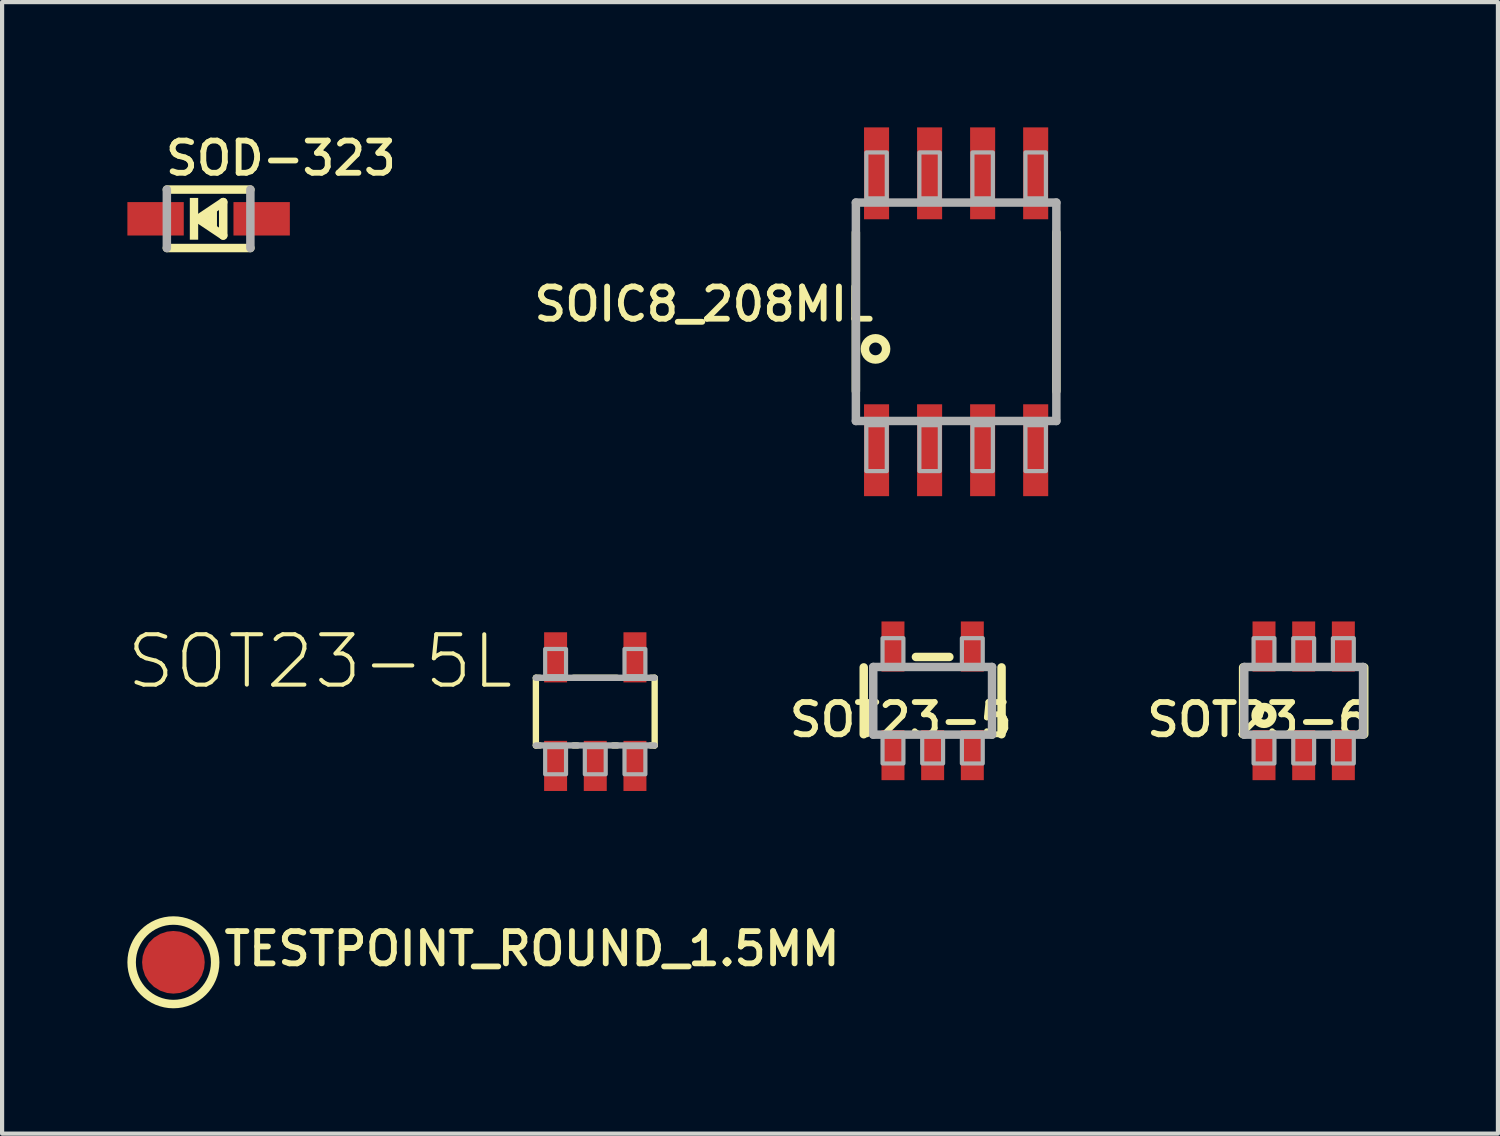
<source format=kicad_pcb>
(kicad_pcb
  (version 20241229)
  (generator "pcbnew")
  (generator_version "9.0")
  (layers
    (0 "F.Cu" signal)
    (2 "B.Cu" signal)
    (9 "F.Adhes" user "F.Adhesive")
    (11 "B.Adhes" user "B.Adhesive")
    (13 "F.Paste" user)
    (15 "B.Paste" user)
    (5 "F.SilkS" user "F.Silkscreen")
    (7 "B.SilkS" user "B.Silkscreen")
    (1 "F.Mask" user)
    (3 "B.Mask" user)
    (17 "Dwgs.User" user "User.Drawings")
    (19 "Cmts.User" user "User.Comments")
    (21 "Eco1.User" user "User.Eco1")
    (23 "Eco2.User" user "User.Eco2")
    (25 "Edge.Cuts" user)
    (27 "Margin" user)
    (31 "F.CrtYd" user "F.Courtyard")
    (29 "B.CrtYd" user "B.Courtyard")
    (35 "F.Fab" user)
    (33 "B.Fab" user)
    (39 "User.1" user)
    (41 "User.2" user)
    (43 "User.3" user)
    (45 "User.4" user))
  (footprint "SOD-323"
    (layer "F.Cu")
    (at 1.945 2.189)
    (property "Reference" "SOD-323" (at -1.1 -1 0) (layer "F.SilkS") (effects (font (size 0.772 0.772) (thickness 0.139)) (justify left bottom)))
    (attr through_hole)
    (fp_line (start -1 -0.7) (end 1 -0.7) (stroke (width 0.203) (type solid)) (layer "F.SilkS"))
    (fp_line (start -0.25 0) (end 0.35 -0.4) (stroke (width 0.203) (type solid)) (layer "F.SilkS"))
    (fp_line (start 0.35 -0.4) (end 0.35 0.4) (stroke (width 0.203) (type solid)) (layer "F.SilkS"))
    (fp_line (start 0.35 0.4) (end -0.25 0) (stroke (width 0.203) (type solid)) (layer "F.SilkS"))
    (fp_line (start 1 0.7) (end -1 0.7) (stroke (width 0.203) (type solid)) (layer "F.SilkS"))
    (fp_poly (pts (xy -0.1 0) (xy 0.2 -0.2) (xy 0.2 0.2)) (stroke (width 0) (type solid)) (fill yes) (layer "F.SilkS"))
    (fp_poly (pts (xy -0.45 0.5) (xy -0.25 0.5) (xy -0.25 -0.5) (xy -0.45 -0.5)) (stroke (width 0) (type solid)) (fill yes) (layer "F.SilkS"))
    (fp_line (start -1 0.7) (end -1 -0.7) (stroke (width 0.203) (type solid)) (layer "F.Fab"))
    (fp_line (start 1 -0.7) (end 1 0.7) (stroke (width 0.203) (type solid)) (layer "F.Fab"))
    (pad "A" smd rect (at 1.27 0) (size 1.35 0.8) (layers "F.Cu" "F.Mask" "F.Paste"))
    (pad "C" smd rect (at -1.27 0) (size 1.35 0.8) (layers "F.Cu" "F.Mask" "F.Paste")))
  (footprint "SOT23-5"
    (layer "F.Cu")
    (at 19.281 13.73)
    (property "Reference" "SOT23-5" (at 1.978 0 180) (layer "F.SilkS") (effects (font (size 0.772 0.772) (thickness 0.139)) (justify right top)))
    (attr through_hole)
    (fp_line (start -1.65 -0.8) (end -1.65 0.8) (stroke (width 0.203) (type solid)) (layer "F.SilkS"))
    (fp_line (start -0.4 -1.05) (end 0.4 -1.05) (stroke (width 0.203) (type solid)) (layer "F.SilkS"))
    (fp_line (start 1.65 -0.8) (end 1.65 0.8) (stroke (width 0.203) (type solid)) (layer "F.SilkS"))
    (fp_line (start -1.422 -0.81) (end 1.422 -0.81) (stroke (width 0.203) (type solid)) (layer "F.Fab"))
    (fp_line (start -1.422 0.81) (end -1.422 -0.81) (stroke (width 0.203) (type solid)) (layer "F.Fab"))
    (fp_line (start 1.422 -0.81) (end 1.422 0.81) (stroke (width 0.203) (type solid)) (layer "F.Fab"))
    (fp_line (start 1.422 0.81) (end -1.422 0.81) (stroke (width 0.203) (type solid)) (layer "F.Fab"))
    (fp_poly (pts (xy -1.2 -0.85) (xy -0.7 -0.85) (xy -0.7 -1.5) (xy -1.2 -1.5)) (stroke (width 0.1) (type solid)) (fill no) (layer "F.Fab"))
    (fp_poly (pts (xy -1.2 1.5) (xy -0.7 1.5) (xy -0.7 0.85) (xy -1.2 0.85)) (stroke (width 0.1) (type solid)) (fill no) (layer "F.Fab"))
    (fp_poly (pts (xy -0.25 1.5) (xy 0.25 1.5) (xy 0.25 0.85) (xy -0.25 0.85)) (stroke (width 0.1) (type solid)) (fill no) (layer "F.Fab"))
    (fp_poly (pts (xy 0.7 -0.85) (xy 1.2 -0.85) (xy 1.2 -1.5) (xy 0.7 -1.5)) (stroke (width 0.1) (type solid)) (fill no) (layer "F.Fab"))
    (fp_poly (pts (xy 0.7 1.5) (xy 1.2 1.5) (xy 1.2 0.85) (xy 0.7 0.85)) (stroke (width 0.1) (type solid)) (fill no) (layer "F.Fab"))
    (pad "1" smd rect (at -0.95 1.3) (size 0.55 1.2) (layers "F.Cu" "F.Mask" "F.Paste"))
    (pad "2" smd rect (at 0 1.3) (size 0.55 1.2) (layers "F.Cu" "F.Mask" "F.Paste"))
    (pad "3" smd rect (at 0.95 1.3) (size 0.55 1.2) (layers "F.Cu" "F.Mask" "F.Paste"))
    (pad "4" smd rect (at 0.95 -1.3) (size 0.55 1.2) (layers "F.Cu" "F.Mask" "F.Paste"))
    (pad "5" smd rect (at -0.95 -1.3) (size 0.55 1.2) (layers "F.Cu" "F.Mask" "F.Paste")))
  (footprint "SOT23-5L"
    (layer "F.Cu")
    (at 11.203 13.989)
    (property "Reference" "SOT23-5L" (at -1.905 -1.905 180) (layer "F.SilkS") (effects (font (size 1.206 1.206) (thickness 0.097)) (justify right top)))
    (attr through_hole)
    (fp_line (start -1.422 -0.81) (end -1.328 -0.81) (stroke (width 0.152) (type solid)) (layer "F.SilkS"))
    (fp_line (start -1.422 0.81) (end -1.422 -0.81) (stroke (width 0.152) (type solid)) (layer "F.SilkS"))
    (fp_line (start -1.328 0.81) (end -1.422 0.81) (stroke (width 0.152) (type solid)) (layer "F.SilkS"))
    (fp_line (start -0.522 -0.81) (end 0.522 -0.81) (stroke (width 0.152) (type solid)) (layer "F.SilkS"))
    (fp_line (start -0.428 0.81) (end -0.522 0.81) (stroke (width 0.152) (type solid)) (layer "F.SilkS"))
    (fp_line (start 0.522 0.81) (end 0.428 0.81) (stroke (width 0.152) (type solid)) (layer "F.SilkS"))
    (fp_line (start 1.328 -0.81) (end 1.422 -0.81) (stroke (width 0.152) (type solid)) (layer "F.SilkS"))
    (fp_line (start 1.422 -0.81) (end 1.422 0.81) (stroke (width 0.152) (type solid)) (layer "F.SilkS"))
    (fp_line (start 1.422 0.81) (end 1.328 0.81) (stroke (width 0.152) (type solid)) (layer "F.SilkS"))
    (fp_line (start -1.422 -0.81) (end 1.422 -0.81) (stroke (width 0.152) (type solid)) (layer "F.Fab"))
    (fp_line (start 1.422 0.81) (end -1.422 0.81) (stroke (width 0.152) (type solid)) (layer "F.Fab"))
    (fp_poly (pts (xy -1.2 -0.85) (xy -0.7 -0.85) (xy -0.7 -1.5) (xy -1.2 -1.5)) (stroke (width 0.1) (type solid)) (fill no) (layer "F.Fab"))
    (fp_poly (pts (xy -1.2 1.5) (xy -0.7 1.5) (xy -0.7 0.85) (xy -1.2 0.85)) (stroke (width 0.1) (type solid)) (fill no) (layer "F.Fab"))
    (fp_poly (pts (xy -0.25 1.5) (xy 0.25 1.5) (xy 0.25 0.85) (xy -0.25 0.85)) (stroke (width 0.1) (type solid)) (fill no) (layer "F.Fab"))
    (fp_poly (pts (xy 0.7 -0.85) (xy 1.2 -0.85) (xy 1.2 -1.5) (xy 0.7 -1.5)) (stroke (width 0.1) (type solid)) (fill no) (layer "F.Fab"))
    (fp_poly (pts (xy 0.7 1.5) (xy 1.2 1.5) (xy 1.2 0.85) (xy 0.7 0.85)) (stroke (width 0.1) (type solid)) (fill no) (layer "F.Fab"))
    (pad "1" smd rect (at -0.95 1.3) (size 0.55 1.2) (layers "F.Cu" "F.Mask" "F.Paste"))
    (pad "2" smd rect (at 0 1.3) (size 0.55 1.2) (layers "F.Cu" "F.Mask" "F.Paste"))
    (pad "3" smd rect (at 0.95 1.3) (size 0.55 1.2) (layers "F.Cu" "F.Mask" "F.Paste"))
    (pad "4" smd rect (at 0.95 -1.3) (size 0.55 1.2) (layers "F.Cu" "F.Mask" "F.Paste"))
    (pad "5" smd rect (at -0.95 -1.3) (size 0.55 1.2) (layers "F.Cu" "F.Mask" "F.Paste")))
  (footprint "TESTPOINT_ROUND_1.5MM"
    (layer "F.Cu")
    (at 1.102 19.991)
    (property "Reference" "TESTPOINT_ROUND_1.5MM" (at 1.143 0.127 0) (layer "F.SilkS") (effects (font (size 0.772 0.772) (thickness 0.139)) (justify left bottom)))
    (attr through_hole)
    (fp_circle (center 0 0) (end 1 0) (stroke (width 0.203) (type solid)) (fill no) (layer "F.SilkS"))
    (pad "P$1" smd roundrect (at 0 0) (size 1.5 1.5) (layers "F.Cu" "F.Mask") (roundrect_rratio 0.5)))
  (footprint "SOIC8_208MIL"
    (layer "F.Cu")
    (at 19.843 4.415)
    (property "Reference" "SOIC8_208MIL" (at -1.905 -0.635 180) (layer "F.SilkS") (effects (font (size 0.772 0.772) (thickness 0.139)) (justify right top)))
    (attr through_hole)
    (fp_line (start -2.4 1.9) (end -2.4 -1.9) (stroke (width 0.203) (type solid)) (layer "F.SilkS"))
    (fp_line (start 2.4 -1.9) (end 2.4 1.9) (stroke (width 0.203) (type solid)) (layer "F.SilkS"))
    (fp_circle (center -1.93 0.889) (end -1.676 0.889) (stroke (width 0.203) (type solid)) (fill no) (layer "F.SilkS"))
    (fp_line (start -2.4 -2.615) (end 2.4 -2.615) (stroke (width 0.203) (type solid)) (layer "F.Fab"))
    (fp_line (start -2.4 2.615) (end -2.4 -2.615) (stroke (width 0.203) (type solid)) (layer "F.Fab"))
    (fp_line (start 2.4 -2.615) (end 2.4 2.615) (stroke (width 0.203) (type solid)) (layer "F.Fab"))
    (fp_line (start 2.4 2.615) (end -2.4 2.615) (stroke (width 0.203) (type solid)) (layer "F.Fab"))
    (fp_poly (pts (xy -2.15 -2.715) (xy -1.66 -2.715) (xy -1.66 -3.815) (xy -2.15 -3.815)) (stroke (width 0.1) (type solid)) (fill no) (layer "F.Fab"))
    (fp_poly (pts (xy -2.15 3.815) (xy -1.66 3.815) (xy -1.66 2.715) (xy -2.15 2.715)) (stroke (width 0.1) (type solid)) (fill no) (layer "F.Fab"))
    (fp_poly (pts (xy -0.88 -2.715) (xy -0.39 -2.715) (xy -0.39 -3.815) (xy -0.88 -3.815)) (stroke (width 0.1) (type solid)) (fill no) (layer "F.Fab"))
    (fp_poly (pts (xy -0.88 3.815) (xy -0.39 3.815) (xy -0.39 2.715) (xy -0.88 2.715)) (stroke (width 0.1) (type solid)) (fill no) (layer "F.Fab"))
    (fp_poly (pts (xy 0.39 -2.715) (xy 0.88 -2.715) (xy 0.88 -3.815) (xy 0.39 -3.815)) (stroke (width 0.1) (type solid)) (fill no) (layer "F.Fab"))
    (fp_poly (pts (xy 0.39 3.815) (xy 0.88 3.815) (xy 0.88 2.715) (xy 0.39 2.715)) (stroke (width 0.1) (type solid)) (fill no) (layer "F.Fab"))
    (fp_poly (pts (xy 1.66 -2.715) (xy 2.15 -2.715) (xy 2.15 -3.815) (xy 1.66 -3.815)) (stroke (width 0.1) (type solid)) (fill no) (layer "F.Fab"))
    (fp_poly (pts (xy 1.66 3.815) (xy 2.15 3.815) (xy 2.15 2.715) (xy 1.66 2.715)) (stroke (width 0.1) (type solid)) (fill no) (layer "F.Fab"))
    (pad "1" smd rect (at -1.905 3.315) (size 0.6 2.2) (layers "F.Cu" "F.Mask" "F.Paste"))
    (pad "2" smd rect (at -0.635 3.315) (size 0.6 2.2) (layers "F.Cu" "F.Mask" "F.Paste"))
    (pad "3" smd rect (at 0.635 3.315) (size 0.6 2.2) (layers "F.Cu" "F.Mask" "F.Paste"))
    (pad "4" smd rect (at 1.905 3.315) (size 0.6 2.2) (layers "F.Cu" "F.Mask" "F.Paste"))
    (pad "5" smd rect (at 1.905 -3.315) (size 0.6 2.2) (layers "F.Cu" "F.Mask" "F.Paste"))
    (pad "6" smd rect (at 0.635 -3.315) (size 0.6 2.2) (layers "F.Cu" "F.Mask" "F.Paste"))
    (pad "7" smd rect (at -0.635 -3.315) (size 0.6 2.2) (layers "F.Cu" "F.Mask" "F.Paste"))
    (pad "8" smd rect (at -1.905 -3.315) (size 0.6 2.2) (layers "F.Cu" "F.Mask" "F.Paste")))
  (footprint "SOT23-6"
    (layer "F.Cu")
    (at 28.165 13.73)
    (property "Reference" "SOT23-6" (at 1.651 0 180) (layer "F.SilkS") (effects (font (size 0.772 0.772) (thickness 0.139)) (justify right top)))
    (attr through_hole)
    (fp_line (start -1.45 -0.8) (end -1.45 0.8) (stroke (width 0.203) (type solid)) (layer "F.SilkS"))
    (fp_line (start 1.45 0.8) (end 1.45 -0.8) (stroke (width 0.203) (type solid)) (layer "F.SilkS"))
    (fp_circle (center -0.95 0.35) (end -0.85 0.35) (stroke (width 0.203) (type solid)) (fill no) (layer "F.SilkS"))
    (fp_line (start -1.422 -0.81) (end 1.422 -0.81) (stroke (width 0.203) (type solid)) (layer "F.Fab"))
    (fp_line (start -1.422 0.81) (end -1.422 -0.81) (stroke (width 0.203) (type solid)) (layer "F.Fab"))
    (fp_line (start 1.422 -0.81) (end 1.422 0.81) (stroke (width 0.203) (type solid)) (layer "F.Fab"))
    (fp_line (start 1.422 0.81) (end -1.422 0.81) (stroke (width 0.203) (type solid)) (layer "F.Fab"))
    (fp_poly (pts (xy -1.2 -0.85) (xy -0.7 -0.85) (xy -0.7 -1.5) (xy -1.2 -1.5)) (stroke (width 0.1) (type solid)) (fill no) (layer "F.Fab"))
    (fp_poly (pts (xy -1.2 1.5) (xy -0.7 1.5) (xy -0.7 0.85) (xy -1.2 0.85)) (stroke (width 0.1) (type solid)) (fill no) (layer "F.Fab"))
    (fp_poly (pts (xy -0.25 -0.85) (xy 0.25 -0.85) (xy 0.25 -1.5) (xy -0.25 -1.5)) (stroke (width 0.1) (type solid)) (fill no) (layer "F.Fab"))
    (fp_poly (pts (xy -0.25 1.5) (xy 0.25 1.5) (xy 0.25 0.85) (xy -0.25 0.85)) (stroke (width 0.1) (type solid)) (fill no) (layer "F.Fab"))
    (fp_poly (pts (xy 0.7 -0.85) (xy 1.2 -0.85) (xy 1.2 -1.5) (xy 0.7 -1.5)) (stroke (width 0.1) (type solid)) (fill no) (layer "F.Fab"))
    (fp_poly (pts (xy 0.7 1.5) (xy 1.2 1.5) (xy 1.2 0.85) (xy 0.7 0.85)) (stroke (width 0.1) (type solid)) (fill no) (layer "F.Fab"))
    (pad "1" smd rect (at -0.95 1.3) (size 0.55 1.2) (layers "F.Cu" "F.Mask" "F.Paste"))
    (pad "2" smd rect (at 0 1.3) (size 0.55 1.2) (layers "F.Cu" "F.Mask" "F.Paste"))
    (pad "3" smd rect (at 0.95 1.3) (size 0.55 1.2) (layers "F.Cu" "F.Mask" "F.Paste"))
    (pad "4" smd rect (at 0.95 -1.3) (size 0.55 1.2) (layers "F.Cu" "F.Mask" "F.Paste"))
    (pad "5" smd rect (at 0 -1.3) (size 0.55 1.2) (layers "F.Cu" "F.Mask" "F.Paste"))
    (pad "6" smd rect (at -0.95 -1.3) (size 0.55 1.2) (layers "F.Cu" "F.Mask" "F.Paste")))
  (gr_rect
    (start -3 -3)
    (end 32.816 24.093)
    (stroke (width 0.1) (type default))
    (fill no)
    (layer "Edge.Cuts")))
</source>
